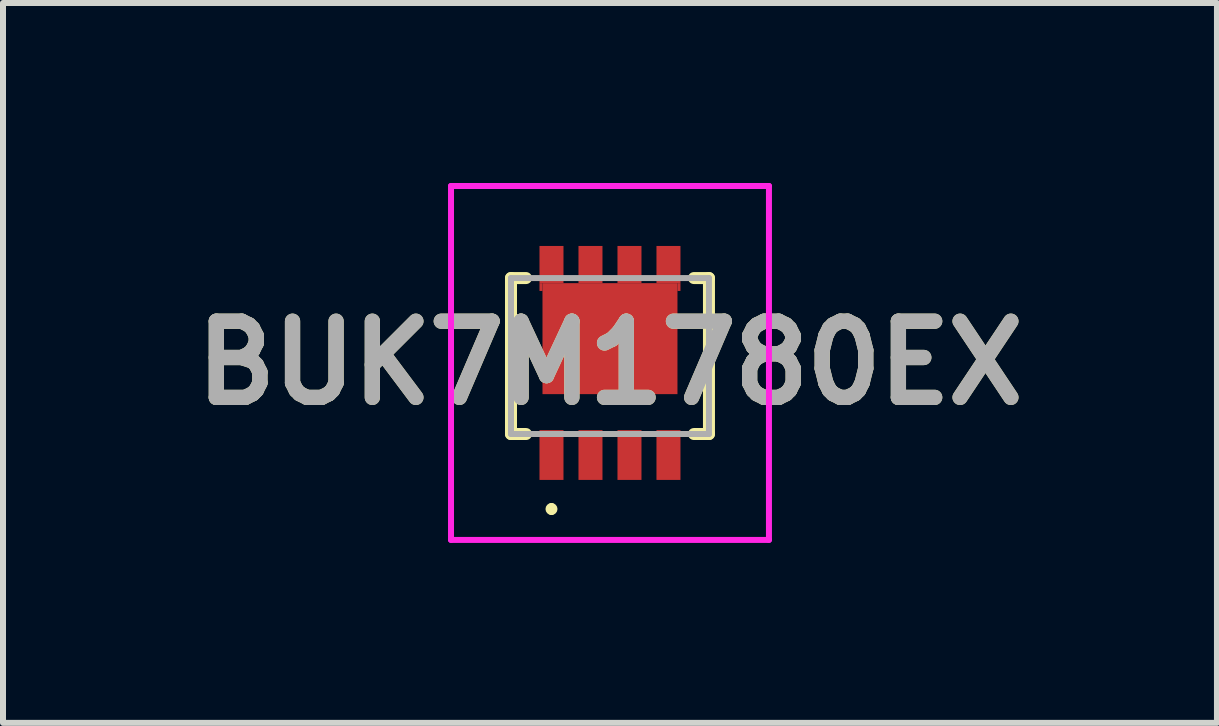
<source format=kicad_pcb>
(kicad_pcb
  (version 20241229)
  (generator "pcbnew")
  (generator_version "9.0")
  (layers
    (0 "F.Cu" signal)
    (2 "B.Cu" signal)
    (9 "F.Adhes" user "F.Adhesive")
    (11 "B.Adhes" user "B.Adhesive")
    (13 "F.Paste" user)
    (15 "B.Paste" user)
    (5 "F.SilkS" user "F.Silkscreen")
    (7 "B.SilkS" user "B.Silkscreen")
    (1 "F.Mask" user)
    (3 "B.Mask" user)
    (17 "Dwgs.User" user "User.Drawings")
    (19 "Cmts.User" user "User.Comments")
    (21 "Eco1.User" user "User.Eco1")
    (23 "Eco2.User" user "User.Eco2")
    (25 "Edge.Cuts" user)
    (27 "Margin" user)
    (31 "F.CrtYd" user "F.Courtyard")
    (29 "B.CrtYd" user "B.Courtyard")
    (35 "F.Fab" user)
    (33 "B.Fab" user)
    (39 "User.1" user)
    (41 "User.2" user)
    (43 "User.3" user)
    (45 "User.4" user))
  (footprint "BUK7M1780EX"
    (layer "F.Cu")
    (at 7.118 2.885)
    (property "Reference" "BUK7M1780EX" (at 0 0.115 0) (layer "F.SilkS") (effects (font (size 1.27 1.27) (thickness 0.254))))
    (attr smd)
    (fp_line (start -1.65 -1.3) (end -1.65 1.3) (stroke (width 0.2) (type solid)) (layer "F.SilkS"))
    (fp_line (start -1.65 1.3) (end -1.4 1.3) (stroke (width 0.2) (type solid)) (layer "F.SilkS"))
    (fp_line (start -1.4 -1.3) (end -1.65 -1.3) (stroke (width 0.2) (type solid)) (layer "F.SilkS"))
    (fp_line (start -0.975 2.5) (end -0.975 2.5) (stroke (width 0.1) (type solid)) (layer "F.SilkS"))
    (fp_line (start -0.975 2.6) (end -0.975 2.6) (stroke (width 0.1) (type solid)) (layer "F.SilkS"))
    (fp_line (start 1.4 1.3) (end 1.65 1.3) (stroke (width 0.2) (type solid)) (layer "F.SilkS"))
    (fp_line (start 1.65 -1.3) (end 1.4 -1.3) (stroke (width 0.2) (type solid)) (layer "F.SilkS"))
    (fp_line (start 1.65 1.3) (end 1.65 -1.3) (stroke (width 0.2) (type solid)) (layer "F.SilkS"))
    (fp_arc (start -0.975 2.5) (mid -0.925 2.55) (end -0.975 2.6) (stroke (width 0.1) (type solid)) (layer "F.SilkS"))
    (fp_arc (start -0.975 2.6) (mid -1.025 2.55) (end -0.975 2.5) (stroke (width 0.1) (type solid)) (layer "F.SilkS"))
    (fp_line (start -2.65 -2.835) (end 2.65 -2.835) (stroke (width 0.1) (type solid)) (layer "F.CrtYd"))
    (fp_line (start -2.65 3.065) (end -2.65 -2.835) (stroke (width 0.1) (type solid)) (layer "F.CrtYd"))
    (fp_line (start 2.65 -2.835) (end 2.65 3.065) (stroke (width 0.1) (type solid)) (layer "F.CrtYd"))
    (fp_line (start 2.65 3.065) (end -2.65 3.065) (stroke (width 0.1) (type solid)) (layer "F.CrtYd"))
    (fp_line (start -1.65 -1.3) (end 1.65 -1.3) (stroke (width 0.1) (type solid)) (layer "F.Fab"))
    (fp_line (start -1.65 1.3) (end -1.65 -1.3) (stroke (width 0.1) (type solid)) (layer "F.Fab"))
    (fp_line (start 1.65 -1.3) (end 1.65 1.3) (stroke (width 0.1) (type solid)) (layer "F.Fab"))
    (fp_line (start 1.65 1.3) (end -1.65 1.3) (stroke (width 0.1) (type solid)) (layer "F.Fab"))
    (fp_text user "${REFERENCE}" (at 0 0.115 0) (layer "F.Fab") (effects (font (size 1.27 1.27) (thickness 0.254))))
    (pad "1" smd rect (at -0.975 1.65) (size 0.4 0.83) (layers "F.Cu" "F.Mask" "F.Paste"))
    (pad "2" smd rect (at -0.325 1.65) (size 0.4 0.83) (layers "F.Cu" "F.Mask" "F.Paste"))
    (pad "3" smd rect (at 0.325 1.65) (size 0.4 0.83) (layers "F.Cu" "F.Mask" "F.Paste"))
    (pad "4" smd rect (at 0.975 1.65) (size 0.4 0.83) (layers "F.Cu" "F.Mask" "F.Paste"))
    (pad "5" smd rect (at 0.975 -1.525) (size 0.4 0.62) (layers "F.Cu" "F.Mask" "F.Paste"))
    (pad "6" smd rect (at 0.325 -1.525) (size 0.4 0.62) (layers "F.Cu" "F.Mask" "F.Paste"))
    (pad "7" smd rect (at -0.325 -1.525) (size 0.4 0.62) (layers "F.Cu" "F.Mask" "F.Paste"))
    (pad "8" smd rect (at -0.975 -1.525) (size 0.4 0.62) (layers "F.Cu" "F.Mask" "F.Paste"))
    (pad "9" smd rect (at 0 -0.29 90) (size 1.85 2.25) (layers "F.Cu" "F.Mask" "F.Paste"))
    (pad "10" smd rect (at 1.15 -1.15) (size 0.05 0.13) (layers "F.Cu" "F.Mask" "F.Paste"))
    (pad "11" smd rect (at -1.15 -1.15) (size 0.05 0.13) (layers "F.Cu" "F.Mask" "F.Paste")))
  (gr_rect
    (start -3 -3)
    (end 17.236 9)
    (stroke (width 0.1) (type default))
    (fill no)
    (layer "Edge.Cuts")))
</source>
